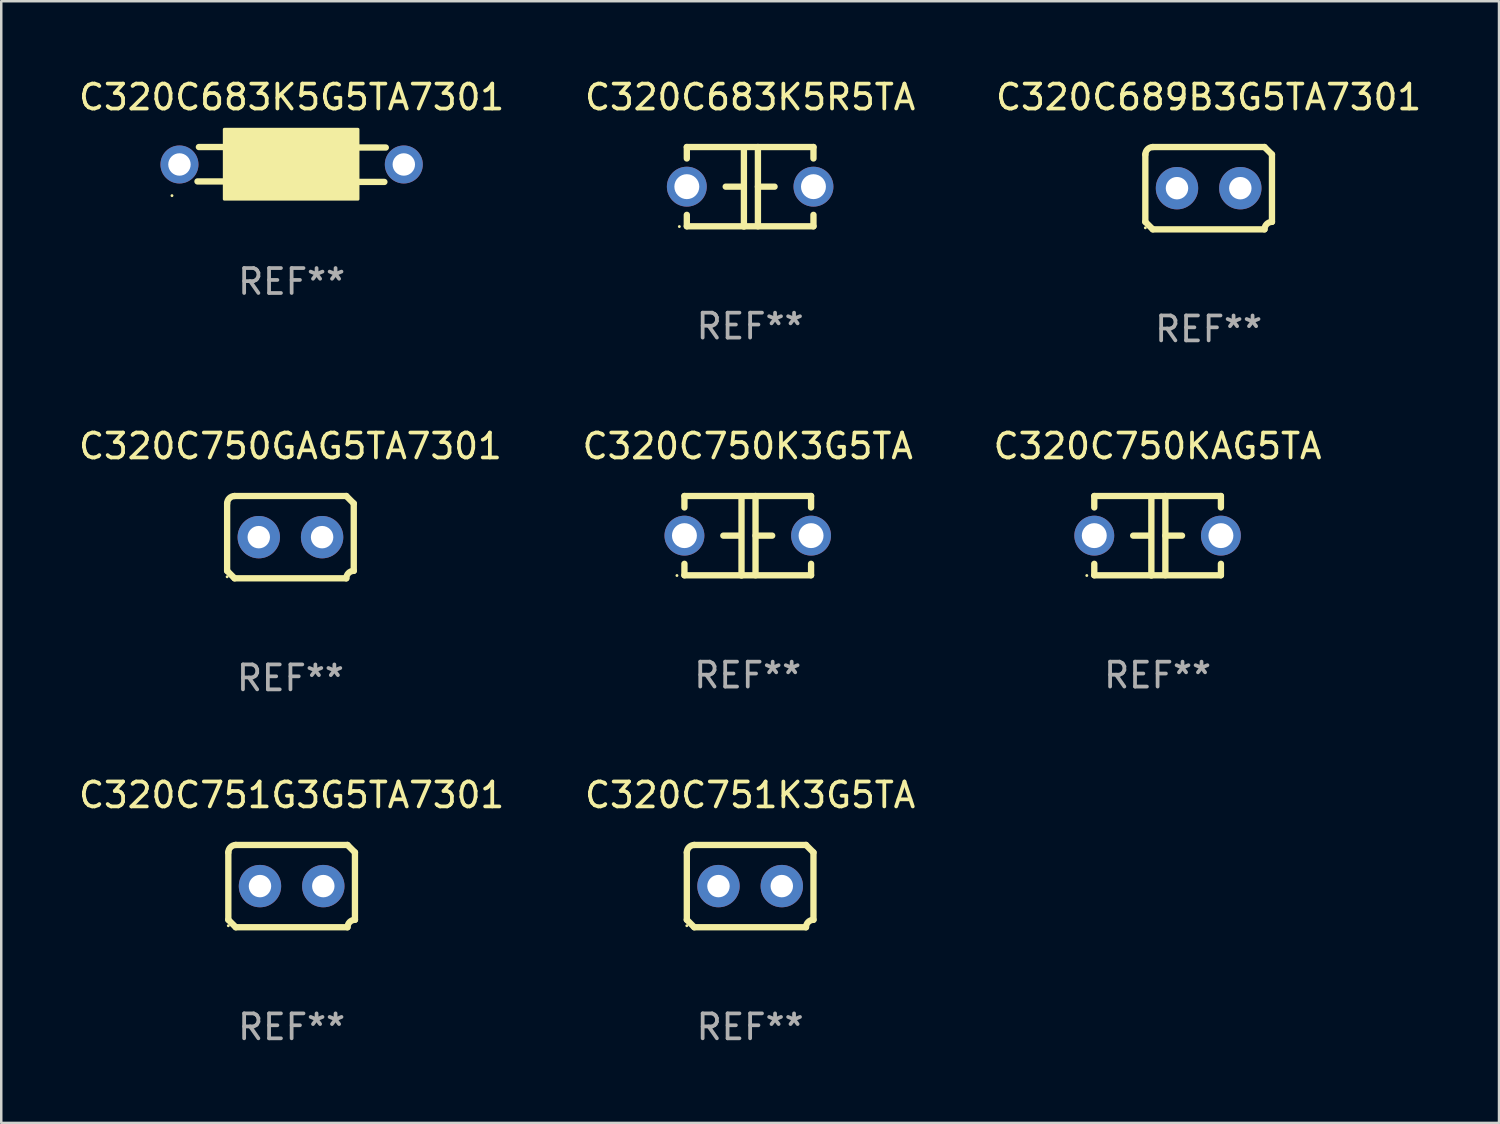
<source format=kicad_pcb>
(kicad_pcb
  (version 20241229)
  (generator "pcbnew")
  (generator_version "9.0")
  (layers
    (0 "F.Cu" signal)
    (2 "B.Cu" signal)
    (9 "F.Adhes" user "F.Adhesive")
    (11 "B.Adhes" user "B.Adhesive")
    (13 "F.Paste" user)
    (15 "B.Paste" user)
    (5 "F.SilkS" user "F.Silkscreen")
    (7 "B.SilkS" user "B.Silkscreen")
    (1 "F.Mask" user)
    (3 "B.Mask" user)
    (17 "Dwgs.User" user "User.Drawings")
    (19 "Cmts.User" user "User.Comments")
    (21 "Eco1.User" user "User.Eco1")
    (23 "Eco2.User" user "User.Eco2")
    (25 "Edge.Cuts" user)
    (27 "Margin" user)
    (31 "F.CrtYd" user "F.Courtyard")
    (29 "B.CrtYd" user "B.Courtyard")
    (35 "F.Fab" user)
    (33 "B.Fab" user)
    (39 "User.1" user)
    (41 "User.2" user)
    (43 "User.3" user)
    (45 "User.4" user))
  (footprint "C320C750GAG5TA7301"
    (layer "F.Cu")
    (at 8.601 18.498)
    (property "Reference" "C320C750GAG5TA7301" (at 0 -3.651 0) (layer "F.SilkS") (effects (font (size 1 1) (thickness 0.15))))
    (attr through_hole)
    (fp_line (start -2.54 -1.351) (end -2.54 1.351) (stroke (width 0.254) (type solid)) (layer "F.SilkS"))
    (fp_line (start -2.24 -1.651) (end 2.24 -1.651) (stroke (width 0.254) (type solid)) (layer "F.SilkS"))
    (fp_line (start 2.24 1.651) (end -2.24 1.651) (stroke (width 0.254) (type solid)) (layer "F.SilkS"))
    (fp_line (start 2.54 1.351) (end 2.54 -1.351) (stroke (width 0.254) (type solid)) (layer "F.SilkS"))
    (fp_arc (start -2.540005 -1.351283) (mid -2.450115 -1.561309) (end -2.240005 -1.651003) (stroke (width 0.254001) (type solid)) (layer "F.SilkS"))
    (fp_arc (start -2.240287 1.651001) (mid -2.390163 1.501019) (end -2.540005 1.351003) (stroke (width 0.254001) (type solid)) (layer "F.SilkS"))
    (fp_arc (start 2.240005 1.651003) (mid 2.329934 1.441015) (end 2.540005 1.351282) (stroke (width 0.254001) (type solid)) (layer "F.SilkS"))
    (fp_arc (start 2.540005 -1.351003) (mid 2.389393 -1.500252) (end 2.240284 -1.651003) (stroke (width 0.254001) (type solid)) (layer "F.SilkS"))
    (fp_circle (center -2.54 1.59) (end -2.51 1.59) (stroke (width 0.06) (type solid)) (fill no) (layer "F.SilkS"))
    (fp_text user "REF**" (at 0 5.651 0) (layer "F.Fab") (effects (font (size 1 1) (thickness 0.15))))
    (pad "1" thru_hole circle (at -1.27 0) (size 1.7 1.7) (drill 0.9) (layers "*.Cu" "*.Mask"))
    (pad "2" thru_hole circle (at 1.27 0) (size 1.7 1.7) (drill 0.9) (layers "*.Cu" "*.Mask")))
  (footprint "C320C751K3G5TA"
    (layer "F.Cu")
    (at 27.042 32.496)
    (property "Reference" "C320C751K3G5TA" (at 0 -3.651 0) (layer "F.SilkS") (effects (font (size 1 1) (thickness 0.15))))
    (attr through_hole)
    (fp_line (start -2.54 -1.351) (end -2.54 1.351) (stroke (width 0.254) (type solid)) (layer "F.SilkS"))
    (fp_line (start -2.24 -1.651) (end 2.24 -1.651) (stroke (width 0.254) (type solid)) (layer "F.SilkS"))
    (fp_line (start 2.24 1.651) (end -2.24 1.651) (stroke (width 0.254) (type solid)) (layer "F.SilkS"))
    (fp_line (start 2.54 1.351) (end 2.54 -1.351) (stroke (width 0.254) (type solid)) (layer "F.SilkS"))
    (fp_arc (start -2.540005 -1.351283) (mid -2.450115 -1.561309) (end -2.240005 -1.651003) (stroke (width 0.254001) (type solid)) (layer "F.SilkS"))
    (fp_arc (start -2.240287 1.651001) (mid -2.390163 1.501019) (end -2.540005 1.351003) (stroke (width 0.254001) (type solid)) (layer "F.SilkS"))
    (fp_arc (start 2.240005 1.651003) (mid 2.329934 1.441015) (end 2.540005 1.351282) (stroke (width 0.254001) (type solid)) (layer "F.SilkS"))
    (fp_arc (start 2.540005 -1.351003) (mid 2.389393 -1.500252) (end 2.240284 -1.651003) (stroke (width 0.254001) (type solid)) (layer "F.SilkS"))
    (fp_circle (center -2.54 1.59) (end -2.51 1.59) (stroke (width 0.06) (type solid)) (fill no) (layer "F.SilkS"))
    (fp_text user "REF**" (at 0 5.651 0) (layer "F.Fab") (effects (font (size 1 1) (thickness 0.15))))
    (pad "1" thru_hole circle (at -1.27 0) (size 1.7 1.7) (drill 0.9) (layers "*.Cu" "*.Mask"))
    (pad "2" thru_hole circle (at 1.27 0) (size 1.7 1.7) (drill 0.9) (layers "*.Cu" "*.Mask")))
  (footprint "C320C683K5R5TA"
    (layer "F.Cu")
    (at 27.042 4.443)
    (property "Reference" "C320C683K5R5TA" (at 0 -3.595 0) (layer "F.SilkS") (effects (font (size 1 1) (thickness 0.15))))
    (attr through_hole)
    (fp_line (start -2.54 -1.595) (end -2.54 -1.136) (stroke (width 0.254) (type solid)) (layer "F.SilkS"))
    (fp_line (start -2.54 -1.595) (end 2.54 -1.595) (stroke (width 0.254) (type solid)) (layer "F.SilkS"))
    (fp_line (start -2.54 1.126) (end -2.54 1.585) (stroke (width 0.254) (type solid)) (layer "F.SilkS"))
    (fp_line (start -0.312 -0.005) (end -0.98 -0.005) (stroke (width 0.254) (type solid)) (layer "F.SilkS"))
    (fp_line (start -0.25 -1.585) (end -0.25 1.595) (stroke (width 0.254) (type solid)) (layer "F.SilkS"))
    (fp_line (start 0.312 -1.595) (end 0.312 1.585) (stroke (width 0.254) (type solid)) (layer "F.SilkS"))
    (fp_line (start 0.312 -0.005) (end 0.98 -0.005) (stroke (width 0.254) (type solid)) (layer "F.SilkS"))
    (fp_line (start 2.54 -1.595) (end 2.54 -1.136) (stroke (width 0.254) (type solid)) (layer "F.SilkS"))
    (fp_line (start 2.54 1.126) (end 2.54 1.585) (stroke (width 0.254) (type solid)) (layer "F.SilkS"))
    (fp_line (start 2.54 1.585) (end -2.54 1.585) (stroke (width 0.254) (type solid)) (layer "F.SilkS"))
    (fp_circle (center -2.84 1.595) (end -2.81 1.595) (stroke (width 0.06) (type solid)) (fill no) (layer "F.SilkS"))
    (fp_text user "REF**" (at 0 5.595 0) (layer "F.Fab") (effects (font (size 1 1) (thickness 0.15))))
    (pad "1" thru_hole circle (at -2.54 -0.005) (size 1.6 1.6) (drill 1) (layers "*.Cu" "*.Mask"))
    (pad "2" thru_hole circle (at 2.54 -0.005) (size 1.6 1.6) (drill 1) (layers "*.Cu" "*.Mask")))
  (footprint "C320C750KAG5TA"
    (layer "F.Cu")
    (at 43.387 18.442)
    (property "Reference" "C320C750KAG5TA" (at 0 -3.595 0) (layer "F.SilkS") (effects (font (size 1 1) (thickness 0.15))))
    (attr through_hole)
    (fp_line (start -2.54 -1.595) (end -2.54 -1.136) (stroke (width 0.254) (type solid)) (layer "F.SilkS"))
    (fp_line (start -2.54 -1.595) (end 2.54 -1.595) (stroke (width 0.254) (type solid)) (layer "F.SilkS"))
    (fp_line (start -2.54 1.126) (end -2.54 1.585) (stroke (width 0.254) (type solid)) (layer "F.SilkS"))
    (fp_line (start -0.312 -0.005) (end -0.98 -0.005) (stroke (width 0.254) (type solid)) (layer "F.SilkS"))
    (fp_line (start -0.25 -1.585) (end -0.25 1.595) (stroke (width 0.254) (type solid)) (layer "F.SilkS"))
    (fp_line (start 0.312 -1.595) (end 0.312 1.585) (stroke (width 0.254) (type solid)) (layer "F.SilkS"))
    (fp_line (start 0.312 -0.005) (end 0.98 -0.005) (stroke (width 0.254) (type solid)) (layer "F.SilkS"))
    (fp_line (start 2.54 -1.595) (end 2.54 -1.136) (stroke (width 0.254) (type solid)) (layer "F.SilkS"))
    (fp_line (start 2.54 1.126) (end 2.54 1.585) (stroke (width 0.254) (type solid)) (layer "F.SilkS"))
    (fp_line (start 2.54 1.585) (end -2.54 1.585) (stroke (width 0.254) (type solid)) (layer "F.SilkS"))
    (fp_circle (center -2.84 1.595) (end -2.81 1.595) (stroke (width 0.06) (type solid)) (fill no) (layer "F.SilkS"))
    (fp_text user "REF**" (at 0 5.595 0) (layer "F.Fab") (effects (font (size 1 1) (thickness 0.15))))
    (pad "1" thru_hole circle (at -2.54 -0.005) (size 1.6 1.6) (drill 1) (layers "*.Cu" "*.Mask"))
    (pad "2" thru_hole circle (at 2.54 -0.005) (size 1.6 1.6) (drill 1) (layers "*.Cu" "*.Mask")))
  (footprint "C320C683K5G5TA7301"
    (layer "F.Cu")
    (at 8.649 3.548)
    (property "Reference" "C320C683K5G5TA7301" (at 0 -2.7 0) (layer "F.SilkS") (effects (font (size 1 1) (thickness 0.15))))
    (attr through_hole)
    (fp_line (start -2.7 -0.7) (end -3.72 -0.7) (stroke (width 0.254) (type solid)) (layer "F.SilkS"))
    (fp_line (start -2.7 0.68) (end -3.777 0.68) (stroke (width 0.254) (type solid)) (layer "F.SilkS"))
    (fp_line (start 2.7 -0.68) (end 3.777 -0.68) (stroke (width 0.254) (type solid)) (layer "F.SilkS"))
    (fp_line (start 2.7 0.7) (end 3.72 0.7) (stroke (width 0.254) (type solid)) (layer "F.SilkS"))
    (fp_circle (center -4.8 1.25) (end -4.77 1.25) (stroke (width 0.06) (type solid)) (fill no) (layer "F.SilkS"))
    (fp_poly (pts (xy -2.7 -1.41) (xy 2.66 -1.41) (xy 2.66 1.39) (xy -2.7 1.39)) (stroke (width 0.12) (type solid)) (fill yes) (layer "F.SilkS"))
    (fp_text user "REF**" (at 0 4.7 0) (layer "F.Fab") (effects (font (size 1 1) (thickness 0.15))))
    (pad "1" thru_hole circle (at -4.5 0) (size 1.524 1.524) (drill 0.9) (layers "*.Cu" "*.Mask"))
    (pad "2" thru_hole circle (at 4.5 0) (size 1.524 1.524) (drill 0.9) (layers "*.Cu" "*.Mask")))
  (footprint "C320C751G3G5TA7301"
    (layer "F.Cu")
    (at 8.649 32.496)
    (property "Reference" "C320C751G3G5TA7301" (at 0 -3.651 0) (layer "F.SilkS") (effects (font (size 1 1) (thickness 0.15))))
    (attr through_hole)
    (fp_line (start -2.54 -1.351) (end -2.54 1.351) (stroke (width 0.254) (type solid)) (layer "F.SilkS"))
    (fp_line (start -2.24 -1.651) (end 2.24 -1.651) (stroke (width 0.254) (type solid)) (layer "F.SilkS"))
    (fp_line (start 2.24 1.651) (end -2.24 1.651) (stroke (width 0.254) (type solid)) (layer "F.SilkS"))
    (fp_line (start 2.54 1.351) (end 2.54 -1.351) (stroke (width 0.254) (type solid)) (layer "F.SilkS"))
    (fp_arc (start -2.540005 -1.351283) (mid -2.450115 -1.561309) (end -2.240005 -1.651003) (stroke (width 0.254001) (type solid)) (layer "F.SilkS"))
    (fp_arc (start -2.240287 1.651001) (mid -2.390163 1.501019) (end -2.540005 1.351003) (stroke (width 0.254001) (type solid)) (layer "F.SilkS"))
    (fp_arc (start 2.240005 1.651003) (mid 2.329934 1.441015) (end 2.540005 1.351282) (stroke (width 0.254001) (type solid)) (layer "F.SilkS"))
    (fp_arc (start 2.540005 -1.351003) (mid 2.389393 -1.500252) (end 2.240284 -1.651003) (stroke (width 0.254001) (type solid)) (layer "F.SilkS"))
    (fp_circle (center -2.54 1.59) (end -2.51 1.59) (stroke (width 0.06) (type solid)) (fill no) (layer "F.SilkS"))
    (fp_text user "REF**" (at 0 5.651 0) (layer "F.Fab") (effects (font (size 1 1) (thickness 0.15))))
    (pad "1" thru_hole circle (at -1.27 0) (size 1.7 1.7) (drill 0.9) (layers "*.Cu" "*.Mask"))
    (pad "2" thru_hole circle (at 1.27 0) (size 1.7 1.7) (drill 0.9) (layers "*.Cu" "*.Mask")))
  (footprint "C320C689B3G5TA7301"
    (layer "F.Cu")
    (at 45.435 4.499)
    (property "Reference" "C320C689B3G5TA7301" (at 0 -3.651 0) (layer "F.SilkS") (effects (font (size 1 1) (thickness 0.15))))
    (attr through_hole)
    (fp_line (start -2.54 -1.351) (end -2.54 1.351) (stroke (width 0.254) (type solid)) (layer "F.SilkS"))
    (fp_line (start -2.24 -1.651) (end 2.24 -1.651) (stroke (width 0.254) (type solid)) (layer "F.SilkS"))
    (fp_line (start 2.24 1.651) (end -2.24 1.651) (stroke (width 0.254) (type solid)) (layer "F.SilkS"))
    (fp_line (start 2.54 1.351) (end 2.54 -1.351) (stroke (width 0.254) (type solid)) (layer "F.SilkS"))
    (fp_arc (start -2.540005 -1.351283) (mid -2.450115 -1.561309) (end -2.240005 -1.651003) (stroke (width 0.254001) (type solid)) (layer "F.SilkS"))
    (fp_arc (start -2.240287 1.651001) (mid -2.390163 1.501019) (end -2.540005 1.351003) (stroke (width 0.254001) (type solid)) (layer "F.SilkS"))
    (fp_arc (start 2.240005 1.651003) (mid 2.329934 1.441015) (end 2.540005 1.351282) (stroke (width 0.254001) (type solid)) (layer "F.SilkS"))
    (fp_arc (start 2.540005 -1.351003) (mid 2.389393 -1.500252) (end 2.240284 -1.651003) (stroke (width 0.254001) (type solid)) (layer "F.SilkS"))
    (fp_circle (center -2.54 1.59) (end -2.51 1.59) (stroke (width 0.06) (type solid)) (fill no) (layer "F.SilkS"))
    (fp_text user "REF**" (at 0 5.651 0) (layer "F.Fab") (effects (font (size 1 1) (thickness 0.15))))
    (pad "1" thru_hole circle (at -1.27 0) (size 1.7 1.7) (drill 0.9) (layers "*.Cu" "*.Mask"))
    (pad "2" thru_hole circle (at 1.27 0) (size 1.7 1.7) (drill 0.9) (layers "*.Cu" "*.Mask")))
  (footprint "C320C750K3G5TA"
    (layer "F.Cu")
    (at 26.946 18.442)
    (property "Reference" "C320C750K3G5TA" (at 0 -3.595 0) (layer "F.SilkS") (effects (font (size 1 1) (thickness 0.15))))
    (attr through_hole)
    (fp_line (start -2.54 -1.595) (end -2.54 -1.136) (stroke (width 0.254) (type solid)) (layer "F.SilkS"))
    (fp_line (start -2.54 -1.595) (end 2.54 -1.595) (stroke (width 0.254) (type solid)) (layer "F.SilkS"))
    (fp_line (start -2.54 1.126) (end -2.54 1.585) (stroke (width 0.254) (type solid)) (layer "F.SilkS"))
    (fp_line (start -0.312 -0.005) (end -0.98 -0.005) (stroke (width 0.254) (type solid)) (layer "F.SilkS"))
    (fp_line (start -0.25 -1.585) (end -0.25 1.595) (stroke (width 0.254) (type solid)) (layer "F.SilkS"))
    (fp_line (start 0.312 -1.595) (end 0.312 1.585) (stroke (width 0.254) (type solid)) (layer "F.SilkS"))
    (fp_line (start 0.312 -0.005) (end 0.98 -0.005) (stroke (width 0.254) (type solid)) (layer "F.SilkS"))
    (fp_line (start 2.54 -1.595) (end 2.54 -1.136) (stroke (width 0.254) (type solid)) (layer "F.SilkS"))
    (fp_line (start 2.54 1.126) (end 2.54 1.585) (stroke (width 0.254) (type solid)) (layer "F.SilkS"))
    (fp_line (start 2.54 1.585) (end -2.54 1.585) (stroke (width 0.254) (type solid)) (layer "F.SilkS"))
    (fp_circle (center -2.84 1.595) (end -2.81 1.595) (stroke (width 0.06) (type solid)) (fill no) (layer "F.SilkS"))
    (fp_text user "REF**" (at 0 5.595 0) (layer "F.Fab") (effects (font (size 1 1) (thickness 0.15))))
    (pad "1" thru_hole circle (at -2.54 -0.005) (size 1.6 1.6) (drill 1) (layers "*.Cu" "*.Mask"))
    (pad "2" thru_hole circle (at 2.54 -0.005) (size 1.6 1.6) (drill 1) (layers "*.Cu" "*.Mask")))
  (gr_rect
    (start -3 -3)
    (end 57.083 41.996)
    (stroke (width 0.1) (type default))
    (fill no)
    (layer "Edge.Cuts")))
</source>
